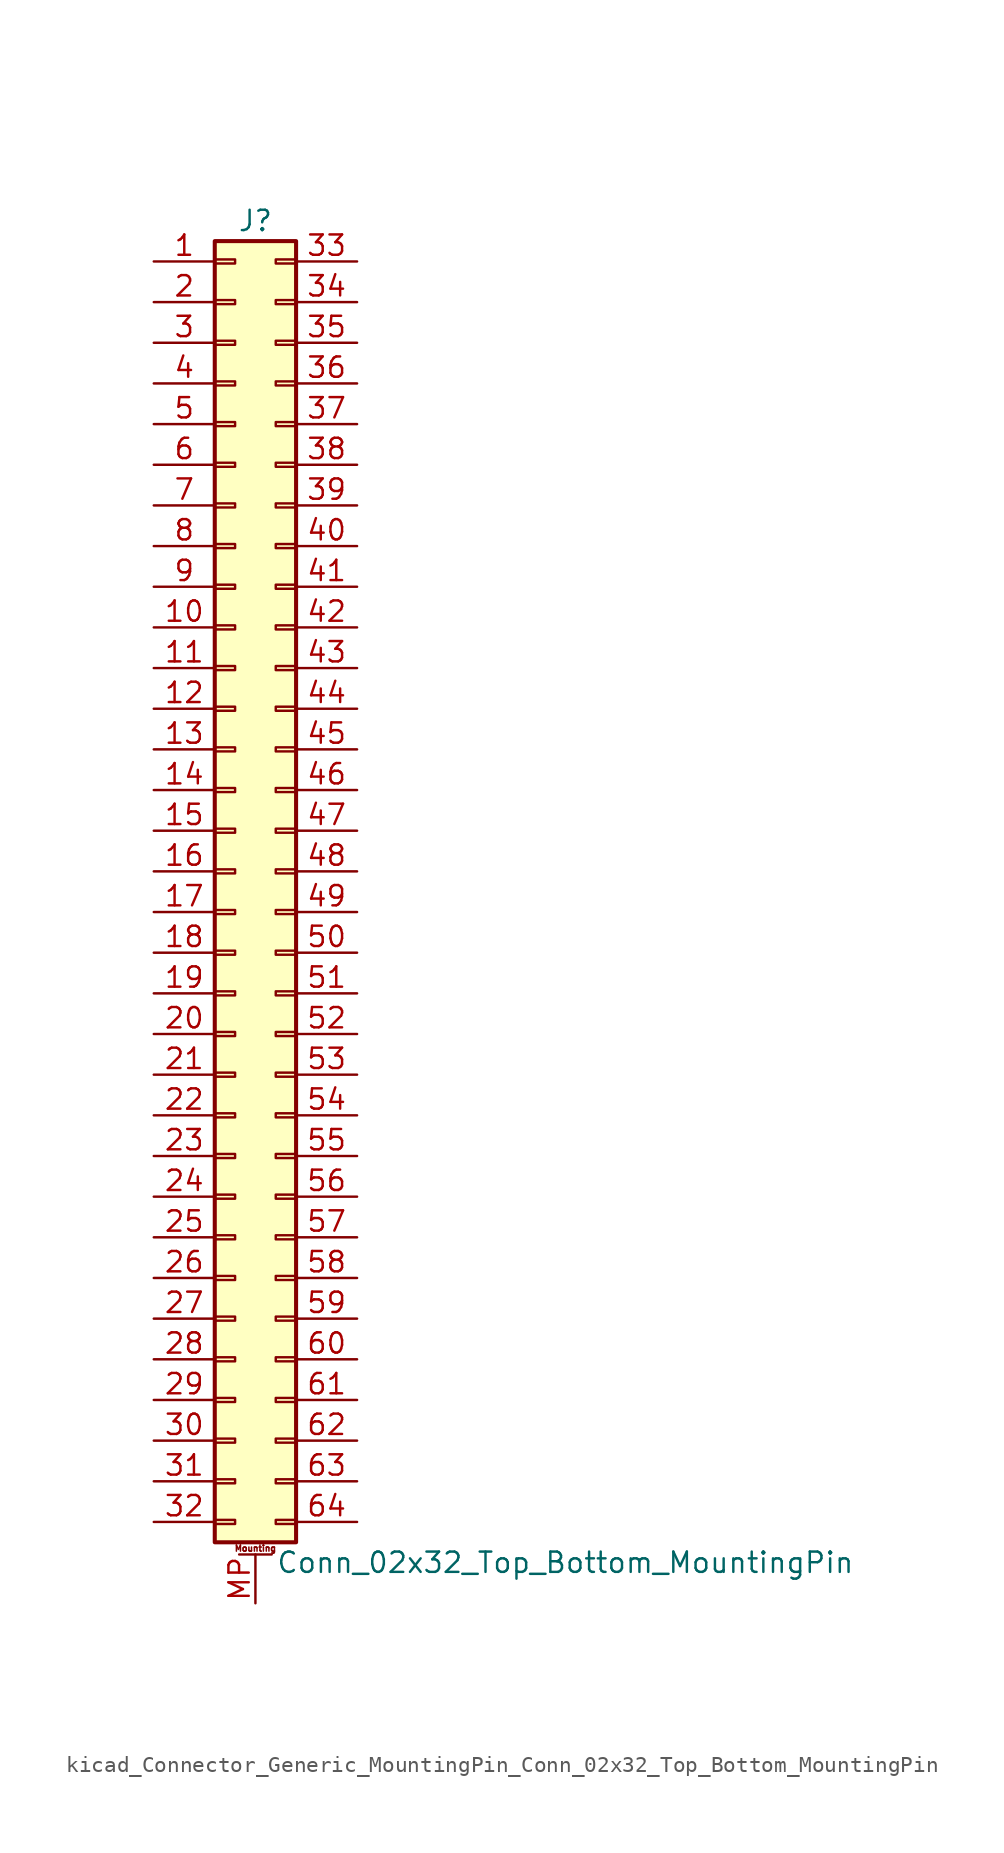
<source format=kicad_sym>
(kicad_symbol_lib
  (version 20220914)
  (generator kicad_symbol_editor)
  (symbol "kicad_Connector_Generic_MountingPin_Conn_02x32_Top_Bottom_MountingPin"
    (pin_names
      (offset 1.016) hide)
    (property "Reference" "J"
      (at 1.27 40.64 0)
      (effects (font (size 1.27 1.27))))
    (property "Value" "Conn_02x32_Top_Bottom_MountingPin"
      (at 2.54 -43.18 0)
      (effects (font (size 1.27 1.27)) (justify left)))
    (symbol "kicad_Connector_Generic_MountingPin_Conn_02x32_Top_Bottom_MountingPin_1_1"
      (rectangle (start -1.27 -40.513) (end 0 -40.767) (stroke (width 0.152) (type default)) (fill (type none)))
      (rectangle (start -1.27 -37.973) (end 0 -38.227) (stroke (width 0.152) (type default)) (fill (type none)))
      (rectangle (start -1.27 -35.433) (end 0 -35.687) (stroke (width 0.152) (type default)) (fill (type none)))
      (rectangle (start -1.27 -32.893) (end 0 -33.147) (stroke (width 0.152) (type default)) (fill (type none)))
      (rectangle (start -1.27 -30.353) (end 0 -30.607) (stroke (width 0.152) (type default)) (fill (type none)))
      (rectangle (start -1.27 -27.813) (end 0 -28.067) (stroke (width 0.152) (type default)) (fill (type none)))
      (rectangle (start -1.27 -25.273) (end 0 -25.527) (stroke (width 0.152) (type default)) (fill (type none)))
      (rectangle (start -1.27 -22.733) (end 0 -22.987) (stroke (width 0.152) (type default)) (fill (type none)))
      (rectangle (start -1.27 -20.193) (end 0 -20.447) (stroke (width 0.152) (type default)) (fill (type none)))
      (rectangle (start -1.27 -17.653) (end 0 -17.907) (stroke (width 0.152) (type default)) (fill (type none)))
      (rectangle (start -1.27 -15.113) (end 0 -15.367) (stroke (width 0.152) (type default)) (fill (type none)))
      (rectangle (start -1.27 -12.573) (end 0 -12.827) (stroke (width 0.152) (type default)) (fill (type none)))
      (rectangle (start -1.27 -10.033) (end 0 -10.287) (stroke (width 0.152) (type default)) (fill (type none)))
      (rectangle (start -1.27 -7.493) (end 0 -7.747) (stroke (width 0.152) (type default)) (fill (type none)))
      (rectangle (start -1.27 -4.953) (end 0 -5.207) (stroke (width 0.152) (type default)) (fill (type none)))
      (rectangle (start -1.27 -2.413) (end 0 -2.667) (stroke (width 0.152) (type default)) (fill (type none)))
      (rectangle (start -1.27 0.127) (end 0 -0.127) (stroke (width 0.152) (type default)) (fill (type none)))
      (rectangle (start -1.27 2.667) (end 0 2.413) (stroke (width 0.152) (type default)) (fill (type none)))
      (rectangle (start -1.27 5.207) (end 0 4.953) (stroke (width 0.152) (type default)) (fill (type none)))
      (rectangle (start -1.27 7.747) (end 0 7.493) (stroke (width 0.152) (type default)) (fill (type none)))
      (rectangle (start -1.27 10.287) (end 0 10.033) (stroke (width 0.152) (type default)) (fill (type none)))
      (rectangle (start -1.27 12.827) (end 0 12.573) (stroke (width 0.152) (type default)) (fill (type none)))
      (rectangle (start -1.27 15.367) (end 0 15.113) (stroke (width 0.152) (type default)) (fill (type none)))
      (rectangle (start -1.27 17.907) (end 0 17.653) (stroke (width 0.152) (type default)) (fill (type none)))
      (rectangle (start -1.27 20.447) (end 0 20.193) (stroke (width 0.152) (type default)) (fill (type none)))
      (rectangle (start -1.27 22.987) (end 0 22.733) (stroke (width 0.152) (type default)) (fill (type none)))
      (rectangle (start -1.27 25.527) (end 0 25.273) (stroke (width 0.152) (type default)) (fill (type none)))
      (rectangle (start -1.27 28.067) (end 0 27.813) (stroke (width 0.152) (type default)) (fill (type none)))
      (rectangle (start -1.27 30.607) (end 0 30.353) (stroke (width 0.152) (type default)) (fill (type none)))
      (rectangle (start -1.27 33.147) (end 0 32.893) (stroke (width 0.152) (type default)) (fill (type none)))
      (rectangle (start -1.27 35.687) (end 0 35.433) (stroke (width 0.152) (type default)) (fill (type none)))
      (rectangle (start -1.27 38.227) (end 0 37.973) (stroke (width 0.152) (type default)) (fill (type none)))
      (rectangle (start -1.27 39.37) (end 3.81 -41.91) (stroke (width 0.254) (type default)) (fill (type background)))
      (polyline (pts (xy 0.254 -42.672) (xy 2.286 -42.672)) (stroke (width 0.152) (type default)) (fill (type none)))
      (rectangle (start 3.81 -40.513) (end 2.54 -40.767) (stroke (width 0.152) (type default)) (fill (type none)))
      (rectangle (start 3.81 -37.973) (end 2.54 -38.227) (stroke (width 0.152) (type default)) (fill (type none)))
      (rectangle (start 3.81 -35.433) (end 2.54 -35.687) (stroke (width 0.152) (type default)) (fill (type none)))
      (rectangle (start 3.81 -32.893) (end 2.54 -33.147) (stroke (width 0.152) (type default)) (fill (type none)))
      (rectangle (start 3.81 -30.353) (end 2.54 -30.607) (stroke (width 0.152) (type default)) (fill (type none)))
      (rectangle (start 3.81 -27.813) (end 2.54 -28.067) (stroke (width 0.152) (type default)) (fill (type none)))
      (rectangle (start 3.81 -25.273) (end 2.54 -25.527) (stroke (width 0.152) (type default)) (fill (type none)))
      (rectangle (start 3.81 -22.733) (end 2.54 -22.987) (stroke (width 0.152) (type default)) (fill (type none)))
      (rectangle (start 3.81 -20.193) (end 2.54 -20.447) (stroke (width 0.152) (type default)) (fill (type none)))
      (rectangle (start 3.81 -17.653) (end 2.54 -17.907) (stroke (width 0.152) (type default)) (fill (type none)))
      (rectangle (start 3.81 -15.113) (end 2.54 -15.367) (stroke (width 0.152) (type default)) (fill (type none)))
      (rectangle (start 3.81 -12.573) (end 2.54 -12.827) (stroke (width 0.152) (type default)) (fill (type none)))
      (rectangle (start 3.81 -10.033) (end 2.54 -10.287) (stroke (width 0.152) (type default)) (fill (type none)))
      (rectangle (start 3.81 -7.493) (end 2.54 -7.747) (stroke (width 0.152) (type default)) (fill (type none)))
      (rectangle (start 3.81 -4.953) (end 2.54 -5.207) (stroke (width 0.152) (type default)) (fill (type none)))
      (rectangle (start 3.81 -2.413) (end 2.54 -2.667) (stroke (width 0.152) (type default)) (fill (type none)))
      (rectangle (start 3.81 0.127) (end 2.54 -0.127) (stroke (width 0.152) (type default)) (fill (type none)))
      (rectangle (start 3.81 2.667) (end 2.54 2.413) (stroke (width 0.152) (type default)) (fill (type none)))
      (rectangle (start 3.81 5.207) (end 2.54 4.953) (stroke (width 0.152) (type default)) (fill (type none)))
      (rectangle (start 3.81 7.747) (end 2.54 7.493) (stroke (width 0.152) (type default)) (fill (type none)))
      (rectangle (start 3.81 10.287) (end 2.54 10.033) (stroke (width 0.152) (type default)) (fill (type none)))
      (rectangle (start 3.81 12.827) (end 2.54 12.573) (stroke (width 0.152) (type default)) (fill (type none)))
      (rectangle (start 3.81 15.367) (end 2.54 15.113) (stroke (width 0.152) (type default)) (fill (type none)))
      (rectangle (start 3.81 17.907) (end 2.54 17.653) (stroke (width 0.152) (type default)) (fill (type none)))
      (rectangle (start 3.81 20.447) (end 2.54 20.193) (stroke (width 0.152) (type default)) (fill (type none)))
      (rectangle (start 3.81 22.987) (end 2.54 22.733) (stroke (width 0.152) (type default)) (fill (type none)))
      (rectangle (start 3.81 25.527) (end 2.54 25.273) (stroke (width 0.152) (type default)) (fill (type none)))
      (rectangle (start 3.81 28.067) (end 2.54 27.813) (stroke (width 0.152) (type default)) (fill (type none)))
      (rectangle (start 3.81 30.607) (end 2.54 30.353) (stroke (width 0.152) (type default)) (fill (type none)))
      (rectangle (start 3.81 33.147) (end 2.54 32.893) (stroke (width 0.152) (type default)) (fill (type none)))
      (rectangle (start 3.81 35.687) (end 2.54 35.433) (stroke (width 0.152) (type default)) (fill (type none)))
      (rectangle (start 3.81 38.227) (end 2.54 37.973) (stroke (width 0.152) (type default)) (fill (type none)))
      (text "Mounting" (at 1.27 -42.291 0) (effects (font (size 0.381 0.381))))
      (pin passive line (at -5.08 38.1 0) (length 3.81) (name "Pin_1" (effects (font (size 1.27 1.27)))) (number "1" (effects (font (size 1.27 1.27)))))
      (pin passive line (at -5.08 15.24 0) (length 3.81) (name "Pin_10" (effects (font (size 1.27 1.27)))) (number "10" (effects (font (size 1.27 1.27)))))
      (pin passive line (at -5.08 12.7 0) (length 3.81) (name "Pin_11" (effects (font (size 1.27 1.27)))) (number "11" (effects (font (size 1.27 1.27)))))
      (pin passive line (at -5.08 10.16 0) (length 3.81) (name "Pin_12" (effects (font (size 1.27 1.27)))) (number "12" (effects (font (size 1.27 1.27)))))
      (pin passive line (at -5.08 7.62 0) (length 3.81) (name "Pin_13" (effects (font (size 1.27 1.27)))) (number "13" (effects (font (size 1.27 1.27)))))
      (pin passive line (at -5.08 5.08 0) (length 3.81) (name "Pin_14" (effects (font (size 1.27 1.27)))) (number "14" (effects (font (size 1.27 1.27)))))
      (pin passive line (at -5.08 2.54 0) (length 3.81) (name "Pin_15" (effects (font (size 1.27 1.27)))) (number "15" (effects (font (size 1.27 1.27)))))
      (pin passive line (at -5.08 0 0) (length 3.81) (name "Pin_16" (effects (font (size 1.27 1.27)))) (number "16" (effects (font (size 1.27 1.27)))))
      (pin passive line (at -5.08 -2.54 0) (length 3.81) (name "Pin_17" (effects (font (size 1.27 1.27)))) (number "17" (effects (font (size 1.27 1.27)))))
      (pin passive line (at -5.08 -5.08 0) (length 3.81) (name "Pin_18" (effects (font (size 1.27 1.27)))) (number "18" (effects (font (size 1.27 1.27)))))
      (pin passive line (at -5.08 -7.62 0) (length 3.81) (name "Pin_19" (effects (font (size 1.27 1.27)))) (number "19" (effects (font (size 1.27 1.27)))))
      (pin passive line (at -5.08 35.56 0) (length 3.81) (name "Pin_2" (effects (font (size 1.27 1.27)))) (number "2" (effects (font (size 1.27 1.27)))))
      (pin passive line (at -5.08 -10.16 0) (length 3.81) (name "Pin_20" (effects (font (size 1.27 1.27)))) (number "20" (effects (font (size 1.27 1.27)))))
      (pin passive line (at -5.08 -12.7 0) (length 3.81) (name "Pin_21" (effects (font (size 1.27 1.27)))) (number "21" (effects (font (size 1.27 1.27)))))
      (pin passive line (at -5.08 -15.24 0) (length 3.81) (name "Pin_22" (effects (font (size 1.27 1.27)))) (number "22" (effects (font (size 1.27 1.27)))))
      (pin passive line (at -5.08 -17.78 0) (length 3.81) (name "Pin_23" (effects (font (size 1.27 1.27)))) (number "23" (effects (font (size 1.27 1.27)))))
      (pin passive line (at -5.08 -20.32 0) (length 3.81) (name "Pin_24" (effects (font (size 1.27 1.27)))) (number "24" (effects (font (size 1.27 1.27)))))
      (pin passive line (at -5.08 -22.86 0) (length 3.81) (name "Pin_25" (effects (font (size 1.27 1.27)))) (number "25" (effects (font (size 1.27 1.27)))))
      (pin passive line (at -5.08 -25.4 0) (length 3.81) (name "Pin_26" (effects (font (size 1.27 1.27)))) (number "26" (effects (font (size 1.27 1.27)))))
      (pin passive line (at -5.08 -27.94 0) (length 3.81) (name "Pin_27" (effects (font (size 1.27 1.27)))) (number "27" (effects (font (size 1.27 1.27)))))
      (pin passive line (at -5.08 -30.48 0) (length 3.81) (name "Pin_28" (effects (font (size 1.27 1.27)))) (number "28" (effects (font (size 1.27 1.27)))))
      (pin passive line (at -5.08 -33.02 0) (length 3.81) (name "Pin_29" (effects (font (size 1.27 1.27)))) (number "29" (effects (font (size 1.27 1.27)))))
      (pin passive line (at -5.08 33.02 0) (length 3.81) (name "Pin_3" (effects (font (size 1.27 1.27)))) (number "3" (effects (font (size 1.27 1.27)))))
      (pin passive line (at -5.08 -35.56 0) (length 3.81) (name "Pin_30" (effects (font (size 1.27 1.27)))) (number "30" (effects (font (size 1.27 1.27)))))
      (pin passive line (at -5.08 -38.1 0) (length 3.81) (name "Pin_31" (effects (font (size 1.27 1.27)))) (number "31" (effects (font (size 1.27 1.27)))))
      (pin passive line (at -5.08 -40.64 0) (length 3.81) (name "Pin_32" (effects (font (size 1.27 1.27)))) (number "32" (effects (font (size 1.27 1.27)))))
      (pin passive line (at 7.62 38.1 180) (length 3.81) (name "Pin_33" (effects (font (size 1.27 1.27)))) (number "33" (effects (font (size 1.27 1.27)))))
      (pin passive line (at 7.62 35.56 180) (length 3.81) (name "Pin_34" (effects (font (size 1.27 1.27)))) (number "34" (effects (font (size 1.27 1.27)))))
      (pin passive line (at 7.62 33.02 180) (length 3.81) (name "Pin_35" (effects (font (size 1.27 1.27)))) (number "35" (effects (font (size 1.27 1.27)))))
      (pin passive line (at 7.62 30.48 180) (length 3.81) (name "Pin_36" (effects (font (size 1.27 1.27)))) (number "36" (effects (font (size 1.27 1.27)))))
      (pin passive line (at 7.62 27.94 180) (length 3.81) (name "Pin_37" (effects (font (size 1.27 1.27)))) (number "37" (effects (font (size 1.27 1.27)))))
      (pin passive line (at 7.62 25.4 180) (length 3.81) (name "Pin_38" (effects (font (size 1.27 1.27)))) (number "38" (effects (font (size 1.27 1.27)))))
      (pin passive line (at 7.62 22.86 180) (length 3.81) (name "Pin_39" (effects (font (size 1.27 1.27)))) (number "39" (effects (font (size 1.27 1.27)))))
      (pin passive line (at -5.08 30.48 0) (length 3.81) (name "Pin_4" (effects (font (size 1.27 1.27)))) (number "4" (effects (font (size 1.27 1.27)))))
      (pin passive line (at 7.62 20.32 180) (length 3.81) (name "Pin_40" (effects (font (size 1.27 1.27)))) (number "40" (effects (font (size 1.27 1.27)))))
      (pin passive line (at 7.62 17.78 180) (length 3.81) (name "Pin_41" (effects (font (size 1.27 1.27)))) (number "41" (effects (font (size 1.27 1.27)))))
      (pin passive line (at 7.62 15.24 180) (length 3.81) (name "Pin_42" (effects (font (size 1.27 1.27)))) (number "42" (effects (font (size 1.27 1.27)))))
      (pin passive line (at 7.62 12.7 180) (length 3.81) (name "Pin_43" (effects (font (size 1.27 1.27)))) (number "43" (effects (font (size 1.27 1.27)))))
      (pin passive line (at 7.62 10.16 180) (length 3.81) (name "Pin_44" (effects (font (size 1.27 1.27)))) (number "44" (effects (font (size 1.27 1.27)))))
      (pin passive line (at 7.62 7.62 180) (length 3.81) (name "Pin_45" (effects (font (size 1.27 1.27)))) (number "45" (effects (font (size 1.27 1.27)))))
      (pin passive line (at 7.62 5.08 180) (length 3.81) (name "Pin_46" (effects (font (size 1.27 1.27)))) (number "46" (effects (font (size 1.27 1.27)))))
      (pin passive line (at 7.62 2.54 180) (length 3.81) (name "Pin_47" (effects (font (size 1.27 1.27)))) (number "47" (effects (font (size 1.27 1.27)))))
      (pin passive line (at 7.62 0 180) (length 3.81) (name "Pin_48" (effects (font (size 1.27 1.27)))) (number "48" (effects (font (size 1.27 1.27)))))
      (pin passive line (at 7.62 -2.54 180) (length 3.81) (name "Pin_49" (effects (font (size 1.27 1.27)))) (number "49" (effects (font (size 1.27 1.27)))))
      (pin passive line (at -5.08 27.94 0) (length 3.81) (name "Pin_5" (effects (font (size 1.27 1.27)))) (number "5" (effects (font (size 1.27 1.27)))))
      (pin passive line (at 7.62 -5.08 180) (length 3.81) (name "Pin_50" (effects (font (size 1.27 1.27)))) (number "50" (effects (font (size 1.27 1.27)))))
      (pin passive line (at 7.62 -7.62 180) (length 3.81) (name "Pin_51" (effects (font (size 1.27 1.27)))) (number "51" (effects (font (size 1.27 1.27)))))
      (pin passive line (at 7.62 -10.16 180) (length 3.81) (name "Pin_52" (effects (font (size 1.27 1.27)))) (number "52" (effects (font (size 1.27 1.27)))))
      (pin passive line (at 7.62 -12.7 180) (length 3.81) (name "Pin_53" (effects (font (size 1.27 1.27)))) (number "53" (effects (font (size 1.27 1.27)))))
      (pin passive line (at 7.62 -15.24 180) (length 3.81) (name "Pin_54" (effects (font (size 1.27 1.27)))) (number "54" (effects (font (size 1.27 1.27)))))
      (pin passive line (at 7.62 -17.78 180) (length 3.81) (name "Pin_55" (effects (font (size 1.27 1.27)))) (number "55" (effects (font (size 1.27 1.27)))))
      (pin passive line (at 7.62 -20.32 180) (length 3.81) (name "Pin_56" (effects (font (size 1.27 1.27)))) (number "56" (effects (font (size 1.27 1.27)))))
      (pin passive line (at 7.62 -22.86 180) (length 3.81) (name "Pin_57" (effects (font (size 1.27 1.27)))) (number "57" (effects (font (size 1.27 1.27)))))
      (pin passive line (at 7.62 -25.4 180) (length 3.81) (name "Pin_58" (effects (font (size 1.27 1.27)))) (number "58" (effects (font (size 1.27 1.27)))))
      (pin passive line (at 7.62 -27.94 180) (length 3.81) (name "Pin_59" (effects (font (size 1.27 1.27)))) (number "59" (effects (font (size 1.27 1.27)))))
      (pin passive line (at -5.08 25.4 0) (length 3.81) (name "Pin_6" (effects (font (size 1.27 1.27)))) (number "6" (effects (font (size 1.27 1.27)))))
      (pin passive line (at 7.62 -30.48 180) (length 3.81) (name "Pin_60" (effects (font (size 1.27 1.27)))) (number "60" (effects (font (size 1.27 1.27)))))
      (pin passive line (at 7.62 -33.02 180) (length 3.81) (name "Pin_61" (effects (font (size 1.27 1.27)))) (number "61" (effects (font (size 1.27 1.27)))))
      (pin passive line (at 7.62 -35.56 180) (length 3.81) (name "Pin_62" (effects (font (size 1.27 1.27)))) (number "62" (effects (font (size 1.27 1.27)))))
      (pin passive line (at 7.62 -38.1 180) (length 3.81) (name "Pin_63" (effects (font (size 1.27 1.27)))) (number "63" (effects (font (size 1.27 1.27)))))
      (pin passive line (at 7.62 -40.64 180) (length 3.81) (name "Pin_64" (effects (font (size 1.27 1.27)))) (number "64" (effects (font (size 1.27 1.27)))))
      (pin passive line (at -5.08 22.86 0) (length 3.81) (name "Pin_7" (effects (font (size 1.27 1.27)))) (number "7" (effects (font (size 1.27 1.27)))))
      (pin passive line (at -5.08 20.32 0) (length 3.81) (name "Pin_8" (effects (font (size 1.27 1.27)))) (number "8" (effects (font (size 1.27 1.27)))))
      (pin passive line (at -5.08 17.78 0) (length 3.81) (name "Pin_9" (effects (font (size 1.27 1.27)))) (number "9" (effects (font (size 1.27 1.27)))))
      (pin passive line (at 1.27 -45.72 90) (length 3.048) (name "MountPin" (effects (font (size 1.27 1.27)))) (number "MP" (effects (font (size 1.27 1.27))))))))
</source>
